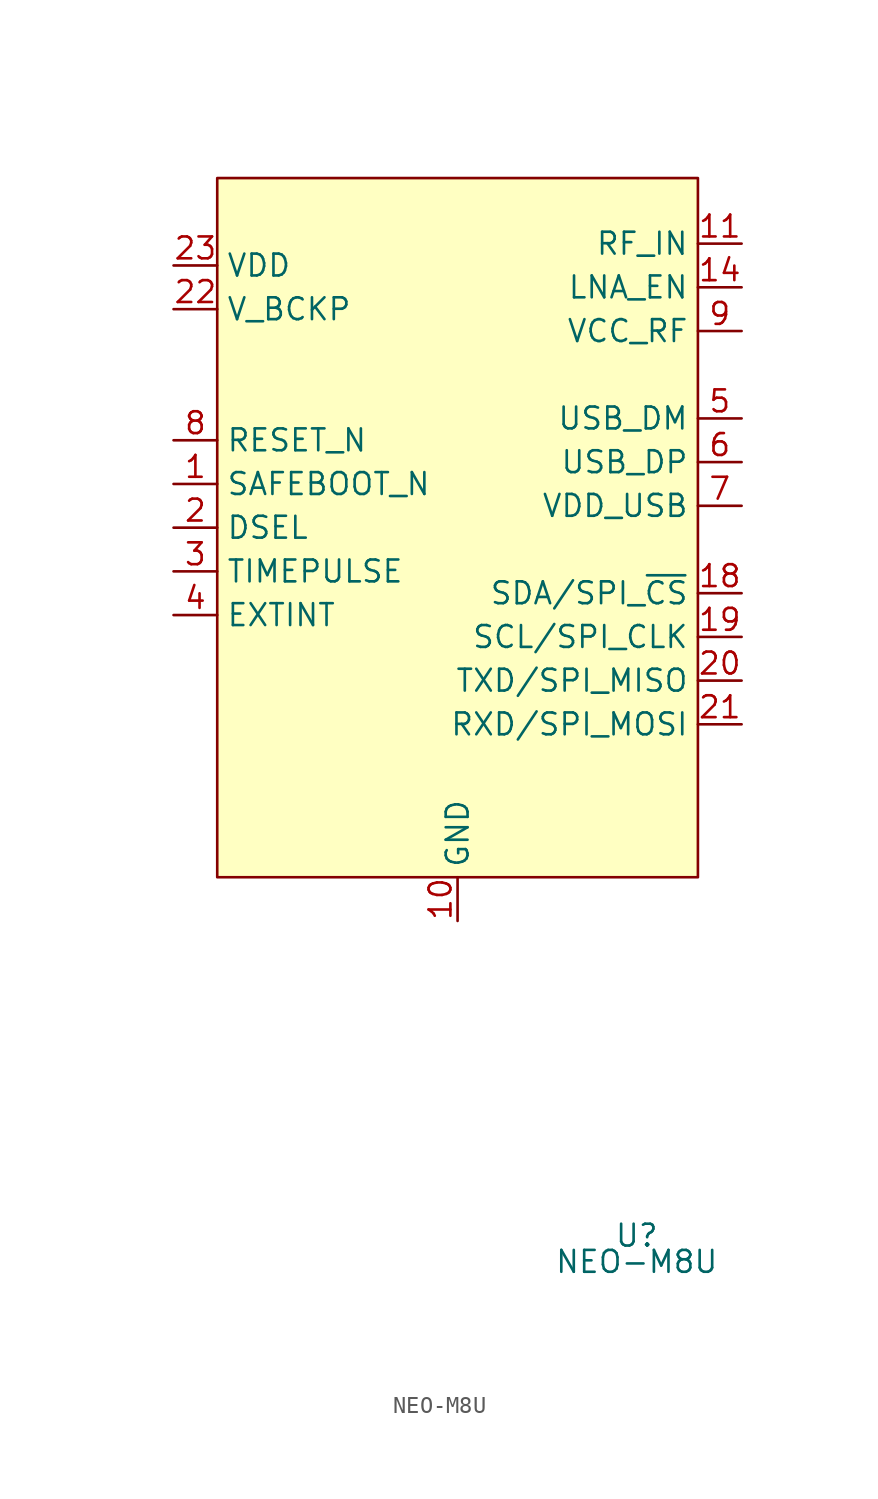
<source format=kicad_sym>
(kicad_symbol_lib
  (version 20231120)
  (generator "kicad_symbol_editor")
  (generator_version "8.0")
  (symbol "NEO-M8U"
    (property "Reference" "U"
      (at 10.414 -65.278 0)
      (effects (font (size 1.27 1.27))))
    (property "Value" "NEO-M8U"
      (at 10.414 -66.802 0)
      (effects (font (size 1.27 1.27))))
    (symbol "NEO-M8U_1_1"
      (rectangle (start -13.97 -3.81) (end 13.97 -44.45) (stroke (width 0) (type default)) (fill (type background)))
      (pin input line (at -16.51 -21.59 0) (length 2.54) (name "SAFEBOOT_N" (effects (font (size 1.27 1.27)))) (number "1" (effects (font (size 1.27 1.27)))))
      (pin power_in line (at 0 -46.99 90) (length 2.54) (name "GND" (effects (font (size 1.27 1.27)))) (number "10" (effects (font (size 1.27 1.27)))))
      (pin input line (at 16.51 -7.62 180) (length 2.54) (name "RF_IN" (effects (font (size 1.27 1.27)))) (number "11" (effects (font (size 1.27 1.27)))))
      (pin power_in line (at 0 -46.99 90) (length 2.54) hide (name "GND" (effects (font (size 1.27 1.27)))) (number "12" (effects (font (size 1.27 1.27)))))
      (pin power_in line (at 0 -46.99 90) (length 2.54) hide (name "GND" (effects (font (size 1.27 1.27)))) (number "13" (effects (font (size 1.27 1.27)))))
      (pin input line (at 16.51 -10.16 180) (length 2.54) (name "LNA_EN" (effects (font (size 1.27 1.27)))) (number "14" (effects (font (size 1.27 1.27)))))
      (pin no_connect line (at -19.05 -39.37 0) (length 2.54) hide (name "RESERVED" (effects (font (size 1.27 1.27)))) (number "15" (effects (font (size 1.27 1.27)))))
      (pin no_connect line (at -19.05 -39.37 0) (length 2.54) hide (name "RESERVED" (effects (font (size 1.27 1.27)))) (number "16" (effects (font (size 1.27 1.27)))))
      (pin no_connect line (at -19.05 -39.37 0) (length 2.54) hide (name "RESERVED" (effects (font (size 1.27 1.27)))) (number "17" (effects (font (size 1.27 1.27)))))
      (pin bidirectional line (at 16.51 -27.94 180) (length 2.54) (name "SDA/SPI_~{CS}" (effects (font (size 1.27 1.27)))) (number "18" (effects (font (size 1.27 1.27)))))
      (pin bidirectional line (at 16.51 -30.48 180) (length 2.54) (name "SCL/SPI_CLK" (effects (font (size 1.27 1.27)))) (number "19" (effects (font (size 1.27 1.27)))))
      (pin input line (at -16.51 -24.13 0) (length 2.54) (name "DSEL" (effects (font (size 1.27 1.27)))) (number "2" (effects (font (size 1.27 1.27)))))
      (pin output line (at 16.51 -33.02 180) (length 2.54) (name "TXD/SPI_MISO" (effects (font (size 1.27 1.27)))) (number "20" (effects (font (size 1.27 1.27)))))
      (pin input line (at 16.51 -35.56 180) (length 2.54) (name "RXD/SPI_MOSI" (effects (font (size 1.27 1.27)))) (number "21" (effects (font (size 1.27 1.27)))))
      (pin power_in line (at -16.51 -11.43 0) (length 2.54) (name "V_BCKP" (effects (font (size 1.27 1.27)))) (number "22" (effects (font (size 1.27 1.27)))))
      (pin power_in line (at -16.51 -8.89 0) (length 2.54) (name "VDD" (effects (font (size 1.27 1.27)))) (number "23" (effects (font (size 1.27 1.27)))))
      (pin power_in line (at 0 -46.99 90) (length 2.54) hide (name "GND" (effects (font (size 1.27 1.27)))) (number "24" (effects (font (size 1.27 1.27)))))
      (pin bidirectional line (at -16.51 -26.67 0) (length 2.54) (name "TIMEPULSE" (effects (font (size 1.27 1.27)))) (number "3" (effects (font (size 1.27 1.27)))))
      (pin input line (at -16.51 -29.21 0) (length 2.54) (name "EXTINT" (effects (font (size 1.27 1.27)))) (number "4" (effects (font (size 1.27 1.27)))))
      (pin bidirectional line (at 16.51 -17.78 180) (length 2.54) (name "USB_DM" (effects (font (size 1.27 1.27)))) (number "5" (effects (font (size 1.27 1.27)))))
      (pin bidirectional line (at 16.51 -20.32 180) (length 2.54) (name "USB_DP" (effects (font (size 1.27 1.27)))) (number "6" (effects (font (size 1.27 1.27)))))
      (pin power_in line (at 16.51 -22.86 180) (length 2.54) (name "VDD_USB" (effects (font (size 1.27 1.27)))) (number "7" (effects (font (size 1.27 1.27)))))
      (pin input line (at -16.51 -19.05 0) (length 2.54) (name "RESET_N" (effects (font (size 1.27 1.27)))) (number "8" (effects (font (size 1.27 1.27)))))
      (pin power_in line (at 16.51 -12.7 180) (length 2.54) (name "VCC_RF" (effects (font (size 1.27 1.27)))) (number "9" (effects (font (size 1.27 1.27))))))))
</source>
